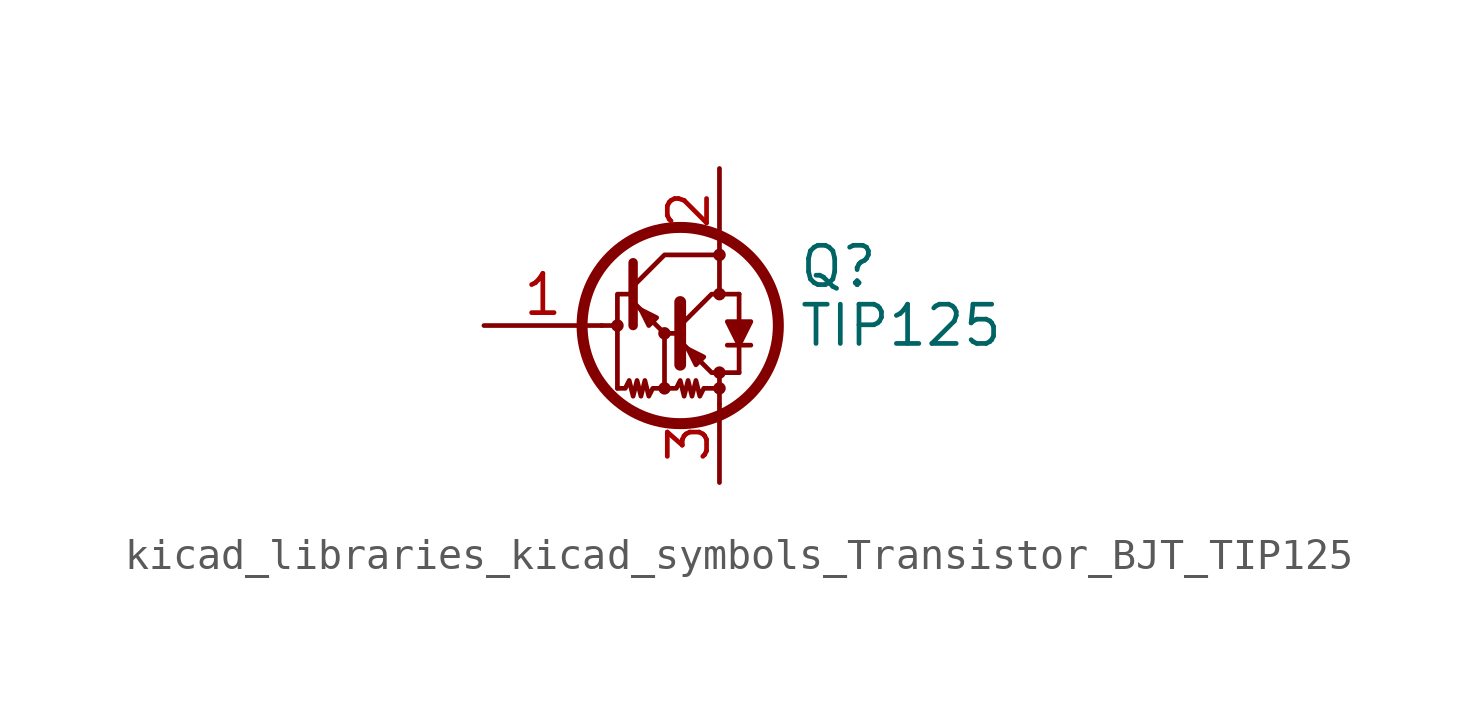
<source format=kicad_sym>
(kicad_symbol_lib
  (version 20220914)
  (generator kicad_symbol_editor)
  (symbol "kicad_libraries_kicad_symbols_Transistor_BJT_TIP125"
    (pin_names
      (offset 0) hide)
    (property "Reference" "Q"
      (at 5.08 1.905 0)
      (effects (font (size 1.27 1.27)) (justify left)))
    (property "Value" "TIP125"
      (at 5.08 0 0)
      (effects (font (size 1.27 1.27)) (justify left)))
    (symbol "kicad_libraries_kicad_symbols_Transistor_BJT_TIP125_0_1"
      (circle (center -0.762 0) (radius 0.127) (stroke (width 0) (type default)) (fill (type none)))
      (polyline (pts (xy -1.27 0) (xy -0.889 0)) (stroke (width 0) (type default)) (fill (type none)))
      (polyline (pts (xy 2.54 -2.032) (xy 2.54 -2.54)) (stroke (width 0) (type default)) (fill (type none)))
      (polyline (pts (xy 2.54 -1.524) (xy 3.175 -1.524)) (stroke (width 0) (type default)) (fill (type none)))
      (polyline (pts (xy 2.794 -0.635) (xy 3.556 -0.635)) (stroke (width 0) (type default)) (fill (type none)))
      (polyline (pts (xy 3.175 -1.524) (xy 3.175 -0.635)) (stroke (width 0) (type default)) (fill (type none)))
      (polyline (pts (xy 3.175 0.127) (xy 3.175 1.016)) (stroke (width 0) (type default)) (fill (type none)))
      (polyline (pts (xy 3.175 1.016) (xy 2.54 1.016)) (stroke (width 0) (type default)) (fill (type none)))
      (polyline (pts (xy -0.254 0.762) (xy 0.762 -0.254) (xy 1.27 -0.254)) (stroke (width 0) (type default)) (fill (type none)))
      (polyline (pts (xy -0.254 1.016) (xy -0.762 1.016) (xy -0.762 -2.032)) (stroke (width 0) (type default)) (fill (type none)))
      (polyline (pts (xy -0.254 1.27) (xy 0.762 2.286) (xy 2.54 2.286)) (stroke (width 0) (type default)) (fill (type none)))
      (polyline (pts (xy -0.254 2.032) (xy -0.254 0) (xy -0.254 0)) (stroke (width 0.305) (type default)) (fill (type none)))
      (polyline (pts (xy 1.27 0.762) (xy 1.27 -1.27) (xy 1.27 -1.27)) (stroke (width 0.381) (type default)) (fill (type none)))
      (polyline (pts (xy 0 0.508) (xy 0.254 0) (xy 0.508 0.254) (xy 0 0.508)) (stroke (width 0) (type default)) (fill (type none)))
      (polyline (pts (xy 1.27 -0.508) (xy 2.286 -1.524) (xy 2.54 -1.524) (xy 2.54 -2.032)) (stroke (width 0) (type default)) (fill (type none)))
      (polyline (pts (xy 1.27 0) (xy 2.286 1.016) (xy 2.54 1.016) (xy 2.54 2.286)) (stroke (width 0) (type default)) (fill (type none)))
      (polyline (pts (xy 1.524 -0.762) (xy 1.778 -1.27) (xy 2.032 -1.016) (xy 1.524 -0.762)) (stroke (width 0) (type default)) (fill (type none)))
      (polyline (pts (xy 3.175 -0.635) (xy 2.794 0.127) (xy 3.556 0.127) (xy 3.175 -0.635)) (stroke (width 0) (type default)) (fill (type outline)))
      (polyline (pts (xy 0.762 -2.032) (xy 0.381 -2.032) (xy 0.254 -2.286) (xy 0.127 -1.778) (xy 0 -2.286) (xy -0.127 -1.778) (xy -0.254 -2.286) (xy -0.381 -1.778) (xy -0.508 -2.032) (xy -0.762 -2.032)) (stroke (width 0) (type default)) (fill (type none)))
      (polyline (pts (xy 0.762 -0.254) (xy 0.762 -2.032) (xy 1.143 -2.032) (xy 1.27 -1.778) (xy 1.397 -2.286) (xy 1.524 -1.778) (xy 1.651 -2.286) (xy 1.778 -1.778) (xy 1.905 -2.286) (xy 2.032 -2.032) (xy 2.54 -2.032)) (stroke (width 0) (type default)) (fill (type none)))
      (circle (center 0.762 -2.032) (radius 0.127) (stroke (width 0) (type default)) (fill (type none)))
      (circle (center 0.762 -0.254) (radius 0.127) (stroke (width 0) (type default)) (fill (type none)))
      (circle (center 1.27 0) (radius 3.175) (stroke (width 0.356) (type default)) (fill (type none)))
      (circle (center 2.54 -2.032) (radius 0.127) (stroke (width 0) (type default)) (fill (type none)))
      (circle (center 2.54 -1.524) (radius 0.127) (stroke (width 0) (type default)) (fill (type none)))
      (circle (center 2.54 1.016) (radius 0.127) (stroke (width 0) (type default)) (fill (type none)))
      (circle (center 2.54 2.286) (radius 0.127) (stroke (width 0) (type default)) (fill (type none))))
    (symbol "kicad_libraries_kicad_symbols_Transistor_BJT_TIP125_1_1"
      (pin input line (at -5.08 0 0) (length 3.81) (name "B" (effects (font (size 1.27 1.27)))) (number "1" (effects (font (size 1.27 1.27)))))
      (pin passive line (at 2.54 5.08 270) (length 2.667) (name "C" (effects (font (size 1.27 1.27)))) (number "2" (effects (font (size 1.27 1.27)))))
      (pin passive line (at 2.54 -5.08 90) (length 2.54) (name "E" (effects (font (size 1.27 1.27)))) (number "3" (effects (font (size 1.27 1.27))))))))
</source>
